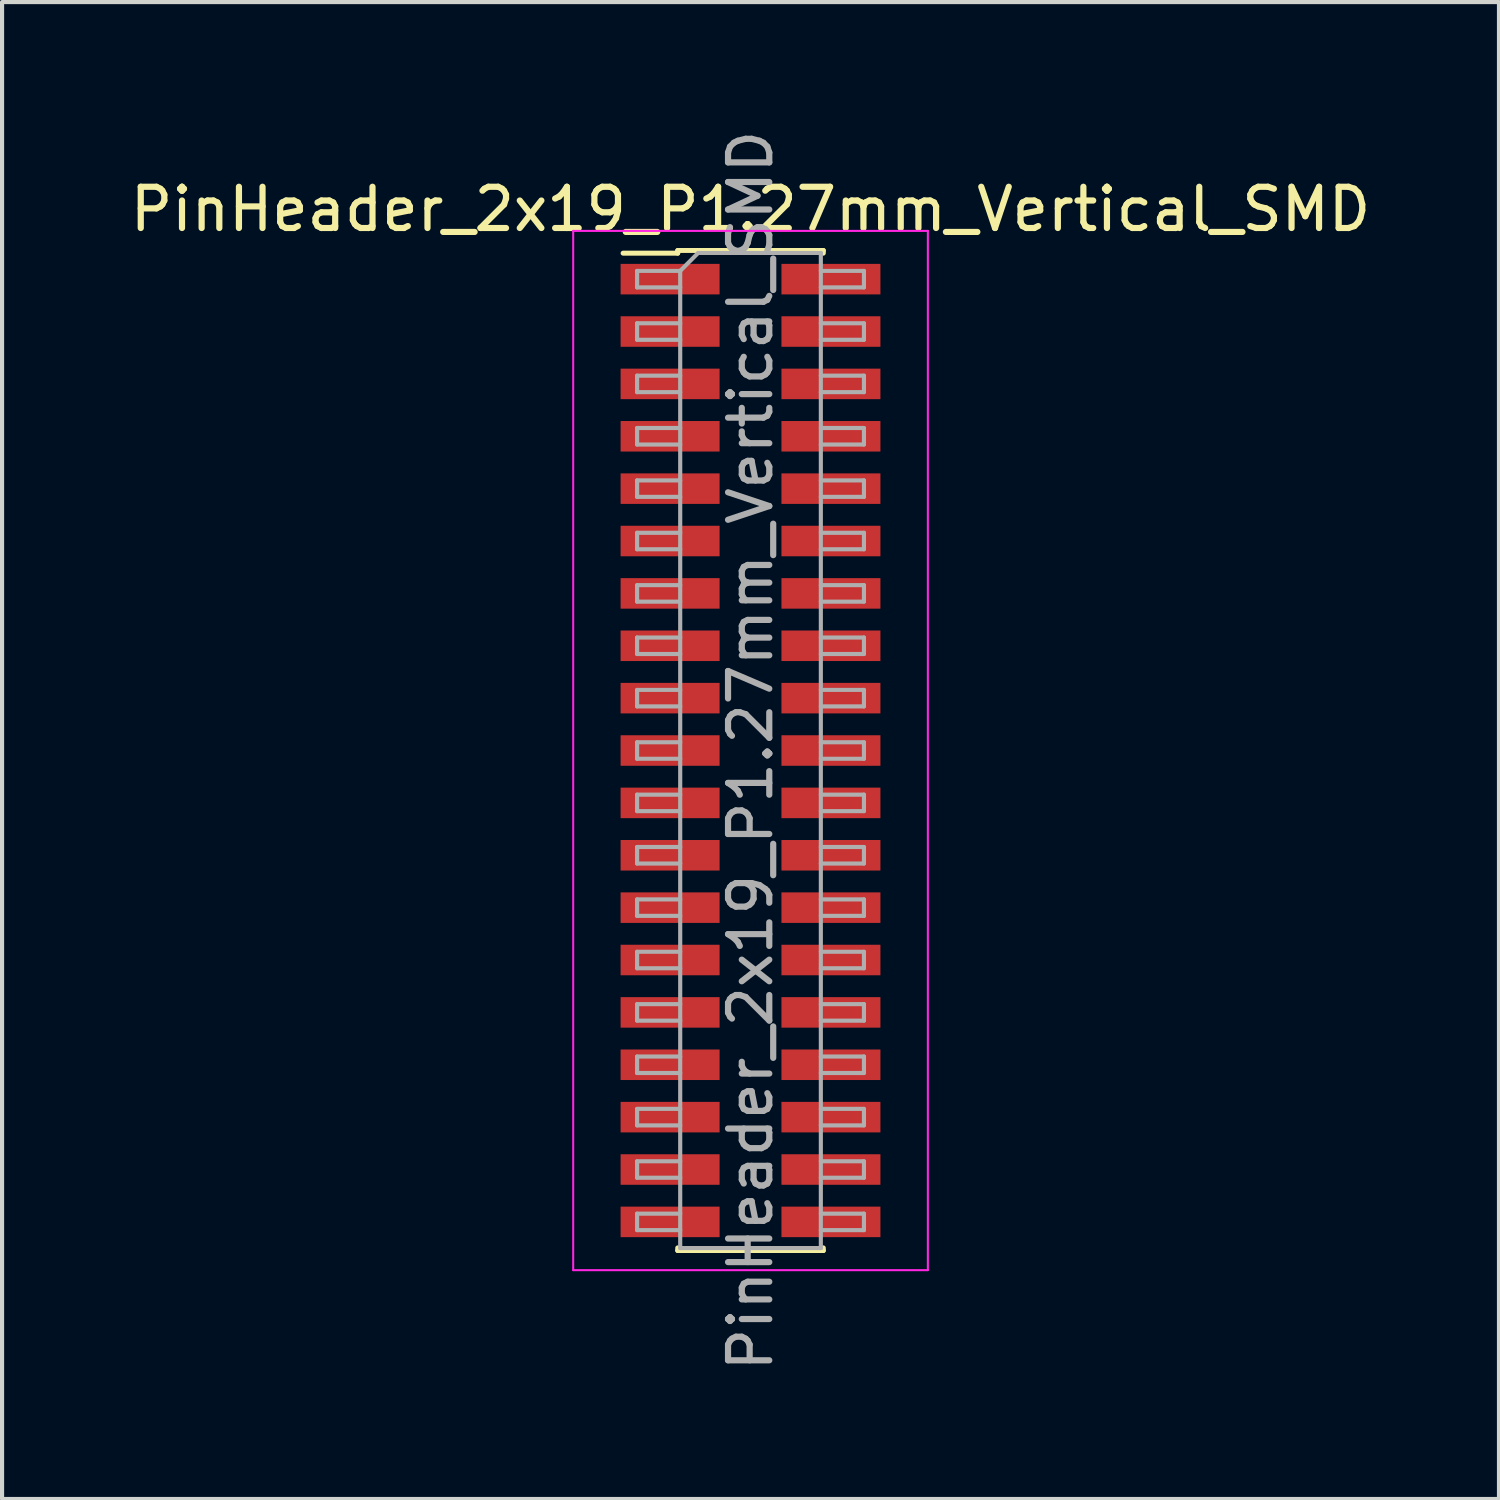
<source format=kicad_pcb>
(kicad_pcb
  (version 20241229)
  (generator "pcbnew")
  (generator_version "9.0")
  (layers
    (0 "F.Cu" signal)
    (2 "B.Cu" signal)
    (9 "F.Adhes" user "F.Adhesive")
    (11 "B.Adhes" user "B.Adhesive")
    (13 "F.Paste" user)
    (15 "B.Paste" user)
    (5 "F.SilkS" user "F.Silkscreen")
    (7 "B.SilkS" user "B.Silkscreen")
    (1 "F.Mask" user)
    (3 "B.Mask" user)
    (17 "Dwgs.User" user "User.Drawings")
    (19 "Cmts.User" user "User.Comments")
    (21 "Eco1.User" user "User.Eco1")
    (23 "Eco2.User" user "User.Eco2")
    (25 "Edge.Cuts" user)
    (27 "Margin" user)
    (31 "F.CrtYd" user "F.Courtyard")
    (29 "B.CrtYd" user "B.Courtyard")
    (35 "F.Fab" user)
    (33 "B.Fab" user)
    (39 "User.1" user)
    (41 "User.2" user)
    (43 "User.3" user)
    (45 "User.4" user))
  (footprint "PinHeader_2x19_P1.27mm_Vertical_SMD"
    (layer "F.Cu")
    (at 15.149 15.149)
    (property "Reference" "PinHeader_2x19_P1.27mm_Vertical_SMD" (at 0 -13.125 0) (layer "F.SilkS") (effects (font (size 1 1) (thickness 0.15))))
    (attr smd)
    (fp_line (start -3.09 -12.06) (end -1.765 -12.06) (stroke (width 0.12) (type solid)) (layer "F.SilkS"))
    (fp_line (start -1.765 -12.125) (end -1.765 -12.06) (stroke (width 0.12) (type solid)) (layer "F.SilkS"))
    (fp_line (start -1.765 -12.125) (end 1.765 -12.125) (stroke (width 0.12) (type solid)) (layer "F.SilkS"))
    (fp_line (start -1.765 12.06) (end -1.765 12.125) (stroke (width 0.12) (type solid)) (layer "F.SilkS"))
    (fp_line (start -1.765 12.125) (end 1.765 12.125) (stroke (width 0.12) (type solid)) (layer "F.SilkS"))
    (fp_line (start 1.765 -12.125) (end 1.765 -12.06) (stroke (width 0.12) (type solid)) (layer "F.SilkS"))
    (fp_line (start 1.765 12.06) (end 1.765 12.125) (stroke (width 0.12) (type solid)) (layer "F.SilkS"))
    (fp_line (start -4.3 -12.6) (end -4.3 12.6) (stroke (width 0.05) (type solid)) (layer "F.CrtYd"))
    (fp_line (start -4.3 12.6) (end 4.3 12.6) (stroke (width 0.05) (type solid)) (layer "F.CrtYd"))
    (fp_line (start 4.3 -12.6) (end -4.3 -12.6) (stroke (width 0.05) (type solid)) (layer "F.CrtYd"))
    (fp_line (start 4.3 12.6) (end 4.3 -12.6) (stroke (width 0.05) (type solid)) (layer "F.CrtYd"))
    (fp_line (start -2.75 -11.63) (end -2.75 -11.23) (stroke (width 0.1) (type solid)) (layer "F.Fab"))
    (fp_line (start -2.75 -11.23) (end -1.705 -11.23) (stroke (width 0.1) (type solid)) (layer "F.Fab"))
    (fp_line (start -2.75 -10.36) (end -2.75 -9.96) (stroke (width 0.1) (type solid)) (layer "F.Fab"))
    (fp_line (start -2.75 -9.96) (end -1.705 -9.96) (stroke (width 0.1) (type solid)) (layer "F.Fab"))
    (fp_line (start -2.75 -9.09) (end -2.75 -8.69) (stroke (width 0.1) (type solid)) (layer "F.Fab"))
    (fp_line (start -2.75 -8.69) (end -1.705 -8.69) (stroke (width 0.1) (type solid)) (layer "F.Fab"))
    (fp_line (start -2.75 -7.82) (end -2.75 -7.42) (stroke (width 0.1) (type solid)) (layer "F.Fab"))
    (fp_line (start -2.75 -7.42) (end -1.705 -7.42) (stroke (width 0.1) (type solid)) (layer "F.Fab"))
    (fp_line (start -2.75 -6.55) (end -2.75 -6.15) (stroke (width 0.1) (type solid)) (layer "F.Fab"))
    (fp_line (start -2.75 -6.15) (end -1.705 -6.15) (stroke (width 0.1) (type solid)) (layer "F.Fab"))
    (fp_line (start -2.75 -5.28) (end -2.75 -4.88) (stroke (width 0.1) (type solid)) (layer "F.Fab"))
    (fp_line (start -2.75 -4.88) (end -1.705 -4.88) (stroke (width 0.1) (type solid)) (layer "F.Fab"))
    (fp_line (start -2.75 -4.01) (end -2.75 -3.61) (stroke (width 0.1) (type solid)) (layer "F.Fab"))
    (fp_line (start -2.75 -3.61) (end -1.705 -3.61) (stroke (width 0.1) (type solid)) (layer "F.Fab"))
    (fp_line (start -2.75 -2.74) (end -2.75 -2.34) (stroke (width 0.1) (type solid)) (layer "F.Fab"))
    (fp_line (start -2.75 -2.34) (end -1.705 -2.34) (stroke (width 0.1) (type solid)) (layer "F.Fab"))
    (fp_line (start -2.75 -1.47) (end -2.75 -1.07) (stroke (width 0.1) (type solid)) (layer "F.Fab"))
    (fp_line (start -2.75 -1.07) (end -1.705 -1.07) (stroke (width 0.1) (type solid)) (layer "F.Fab"))
    (fp_line (start -2.75 -0.2) (end -2.75 0.2) (stroke (width 0.1) (type solid)) (layer "F.Fab"))
    (fp_line (start -2.75 0.2) (end -1.705 0.2) (stroke (width 0.1) (type solid)) (layer "F.Fab"))
    (fp_line (start -2.75 1.07) (end -2.75 1.47) (stroke (width 0.1) (type solid)) (layer "F.Fab"))
    (fp_line (start -2.75 1.47) (end -1.705 1.47) (stroke (width 0.1) (type solid)) (layer "F.Fab"))
    (fp_line (start -2.75 2.34) (end -2.75 2.74) (stroke (width 0.1) (type solid)) (layer "F.Fab"))
    (fp_line (start -2.75 2.74) (end -1.705 2.74) (stroke (width 0.1) (type solid)) (layer "F.Fab"))
    (fp_line (start -2.75 3.61) (end -2.75 4.01) (stroke (width 0.1) (type solid)) (layer "F.Fab"))
    (fp_line (start -2.75 4.01) (end -1.705 4.01) (stroke (width 0.1) (type solid)) (layer "F.Fab"))
    (fp_line (start -2.75 4.88) (end -2.75 5.28) (stroke (width 0.1) (type solid)) (layer "F.Fab"))
    (fp_line (start -2.75 5.28) (end -1.705 5.28) (stroke (width 0.1) (type solid)) (layer "F.Fab"))
    (fp_line (start -2.75 6.15) (end -2.75 6.55) (stroke (width 0.1) (type solid)) (layer "F.Fab"))
    (fp_line (start -2.75 6.55) (end -1.705 6.55) (stroke (width 0.1) (type solid)) (layer "F.Fab"))
    (fp_line (start -2.75 7.42) (end -2.75 7.82) (stroke (width 0.1) (type solid)) (layer "F.Fab"))
    (fp_line (start -2.75 7.82) (end -1.705 7.82) (stroke (width 0.1) (type solid)) (layer "F.Fab"))
    (fp_line (start -2.75 8.69) (end -2.75 9.09) (stroke (width 0.1) (type solid)) (layer "F.Fab"))
    (fp_line (start -2.75 9.09) (end -1.705 9.09) (stroke (width 0.1) (type solid)) (layer "F.Fab"))
    (fp_line (start -2.75 9.96) (end -2.75 10.36) (stroke (width 0.1) (type solid)) (layer "F.Fab"))
    (fp_line (start -2.75 10.36) (end -1.705 10.36) (stroke (width 0.1) (type solid)) (layer "F.Fab"))
    (fp_line (start -2.75 11.23) (end -2.75 11.63) (stroke (width 0.1) (type solid)) (layer "F.Fab"))
    (fp_line (start -2.75 11.63) (end -1.705 11.63) (stroke (width 0.1) (type solid)) (layer "F.Fab"))
    (fp_line (start -1.705 -11.63) (end -2.75 -11.63) (stroke (width 0.1) (type solid)) (layer "F.Fab"))
    (fp_line (start -1.705 -11.63) (end -1.27 -12.065) (stroke (width 0.1) (type solid)) (layer "F.Fab"))
    (fp_line (start -1.705 -10.36) (end -2.75 -10.36) (stroke (width 0.1) (type solid)) (layer "F.Fab"))
    (fp_line (start -1.705 -9.09) (end -2.75 -9.09) (stroke (width 0.1) (type solid)) (layer "F.Fab"))
    (fp_line (start -1.705 -7.82) (end -2.75 -7.82) (stroke (width 0.1) (type solid)) (layer "F.Fab"))
    (fp_line (start -1.705 -6.55) (end -2.75 -6.55) (stroke (width 0.1) (type solid)) (layer "F.Fab"))
    (fp_line (start -1.705 -5.28) (end -2.75 -5.28) (stroke (width 0.1) (type solid)) (layer "F.Fab"))
    (fp_line (start -1.705 -4.01) (end -2.75 -4.01) (stroke (width 0.1) (type solid)) (layer "F.Fab"))
    (fp_line (start -1.705 -2.74) (end -2.75 -2.74) (stroke (width 0.1) (type solid)) (layer "F.Fab"))
    (fp_line (start -1.705 -1.47) (end -2.75 -1.47) (stroke (width 0.1) (type solid)) (layer "F.Fab"))
    (fp_line (start -1.705 -0.2) (end -2.75 -0.2) (stroke (width 0.1) (type solid)) (layer "F.Fab"))
    (fp_line (start -1.705 1.07) (end -2.75 1.07) (stroke (width 0.1) (type solid)) (layer "F.Fab"))
    (fp_line (start -1.705 2.34) (end -2.75 2.34) (stroke (width 0.1) (type solid)) (layer "F.Fab"))
    (fp_line (start -1.705 3.61) (end -2.75 3.61) (stroke (width 0.1) (type solid)) (layer "F.Fab"))
    (fp_line (start -1.705 4.88) (end -2.75 4.88) (stroke (width 0.1) (type solid)) (layer "F.Fab"))
    (fp_line (start -1.705 6.15) (end -2.75 6.15) (stroke (width 0.1) (type solid)) (layer "F.Fab"))
    (fp_line (start -1.705 7.42) (end -2.75 7.42) (stroke (width 0.1) (type solid)) (layer "F.Fab"))
    (fp_line (start -1.705 8.69) (end -2.75 8.69) (stroke (width 0.1) (type solid)) (layer "F.Fab"))
    (fp_line (start -1.705 9.96) (end -2.75 9.96) (stroke (width 0.1) (type solid)) (layer "F.Fab"))
    (fp_line (start -1.705 11.23) (end -2.75 11.23) (stroke (width 0.1) (type solid)) (layer "F.Fab"))
    (fp_line (start -1.705 12.065) (end -1.705 -11.63) (stroke (width 0.1) (type solid)) (layer "F.Fab"))
    (fp_line (start -1.27 -12.065) (end 1.705 -12.065) (stroke (width 0.1) (type solid)) (layer "F.Fab"))
    (fp_line (start 1.705 -12.065) (end 1.705 12.065) (stroke (width 0.1) (type solid)) (layer "F.Fab"))
    (fp_line (start 1.705 -11.63) (end 2.75 -11.63) (stroke (width 0.1) (type solid)) (layer "F.Fab"))
    (fp_line (start 1.705 -10.36) (end 2.75 -10.36) (stroke (width 0.1) (type solid)) (layer "F.Fab"))
    (fp_line (start 1.705 -9.09) (end 2.75 -9.09) (stroke (width 0.1) (type solid)) (layer "F.Fab"))
    (fp_line (start 1.705 -7.82) (end 2.75 -7.82) (stroke (width 0.1) (type solid)) (layer "F.Fab"))
    (fp_line (start 1.705 -6.55) (end 2.75 -6.55) (stroke (width 0.1) (type solid)) (layer "F.Fab"))
    (fp_line (start 1.705 -5.28) (end 2.75 -5.28) (stroke (width 0.1) (type solid)) (layer "F.Fab"))
    (fp_line (start 1.705 -4.01) (end 2.75 -4.01) (stroke (width 0.1) (type solid)) (layer "F.Fab"))
    (fp_line (start 1.705 -2.74) (end 2.75 -2.74) (stroke (width 0.1) (type solid)) (layer "F.Fab"))
    (fp_line (start 1.705 -1.47) (end 2.75 -1.47) (stroke (width 0.1) (type solid)) (layer "F.Fab"))
    (fp_line (start 1.705 -0.2) (end 2.75 -0.2) (stroke (width 0.1) (type solid)) (layer "F.Fab"))
    (fp_line (start 1.705 1.07) (end 2.75 1.07) (stroke (width 0.1) (type solid)) (layer "F.Fab"))
    (fp_line (start 1.705 2.34) (end 2.75 2.34) (stroke (width 0.1) (type solid)) (layer "F.Fab"))
    (fp_line (start 1.705 3.61) (end 2.75 3.61) (stroke (width 0.1) (type solid)) (layer "F.Fab"))
    (fp_line (start 1.705 4.88) (end 2.75 4.88) (stroke (width 0.1) (type solid)) (layer "F.Fab"))
    (fp_line (start 1.705 6.15) (end 2.75 6.15) (stroke (width 0.1) (type solid)) (layer "F.Fab"))
    (fp_line (start 1.705 7.42) (end 2.75 7.42) (stroke (width 0.1) (type solid)) (layer "F.Fab"))
    (fp_line (start 1.705 8.69) (end 2.75 8.69) (stroke (width 0.1) (type solid)) (layer "F.Fab"))
    (fp_line (start 1.705 9.96) (end 2.75 9.96) (stroke (width 0.1) (type solid)) (layer "F.Fab"))
    (fp_line (start 1.705 11.23) (end 2.75 11.23) (stroke (width 0.1) (type solid)) (layer "F.Fab"))
    (fp_line (start 1.705 12.065) (end -1.705 12.065) (stroke (width 0.1) (type solid)) (layer "F.Fab"))
    (fp_line (start 2.75 -11.63) (end 2.75 -11.23) (stroke (width 0.1) (type solid)) (layer "F.Fab"))
    (fp_line (start 2.75 -11.23) (end 1.705 -11.23) (stroke (width 0.1) (type solid)) (layer "F.Fab"))
    (fp_line (start 2.75 -10.36) (end 2.75 -9.96) (stroke (width 0.1) (type solid)) (layer "F.Fab"))
    (fp_line (start 2.75 -9.96) (end 1.705 -9.96) (stroke (width 0.1) (type solid)) (layer "F.Fab"))
    (fp_line (start 2.75 -9.09) (end 2.75 -8.69) (stroke (width 0.1) (type solid)) (layer "F.Fab"))
    (fp_line (start 2.75 -8.69) (end 1.705 -8.69) (stroke (width 0.1) (type solid)) (layer "F.Fab"))
    (fp_line (start 2.75 -7.82) (end 2.75 -7.42) (stroke (width 0.1) (type solid)) (layer "F.Fab"))
    (fp_line (start 2.75 -7.42) (end 1.705 -7.42) (stroke (width 0.1) (type solid)) (layer "F.Fab"))
    (fp_line (start 2.75 -6.55) (end 2.75 -6.15) (stroke (width 0.1) (type solid)) (layer "F.Fab"))
    (fp_line (start 2.75 -6.15) (end 1.705 -6.15) (stroke (width 0.1) (type solid)) (layer "F.Fab"))
    (fp_line (start 2.75 -5.28) (end 2.75 -4.88) (stroke (width 0.1) (type solid)) (layer "F.Fab"))
    (fp_line (start 2.75 -4.88) (end 1.705 -4.88) (stroke (width 0.1) (type solid)) (layer "F.Fab"))
    (fp_line (start 2.75 -4.01) (end 2.75 -3.61) (stroke (width 0.1) (type solid)) (layer "F.Fab"))
    (fp_line (start 2.75 -3.61) (end 1.705 -3.61) (stroke (width 0.1) (type solid)) (layer "F.Fab"))
    (fp_line (start 2.75 -2.74) (end 2.75 -2.34) (stroke (width 0.1) (type solid)) (layer "F.Fab"))
    (fp_line (start 2.75 -2.34) (end 1.705 -2.34) (stroke (width 0.1) (type solid)) (layer "F.Fab"))
    (fp_line (start 2.75 -1.47) (end 2.75 -1.07) (stroke (width 0.1) (type solid)) (layer "F.Fab"))
    (fp_line (start 2.75 -1.07) (end 1.705 -1.07) (stroke (width 0.1) (type solid)) (layer "F.Fab"))
    (fp_line (start 2.75 -0.2) (end 2.75 0.2) (stroke (width 0.1) (type solid)) (layer "F.Fab"))
    (fp_line (start 2.75 0.2) (end 1.705 0.2) (stroke (width 0.1) (type solid)) (layer "F.Fab"))
    (fp_line (start 2.75 1.07) (end 2.75 1.47) (stroke (width 0.1) (type solid)) (layer "F.Fab"))
    (fp_line (start 2.75 1.47) (end 1.705 1.47) (stroke (width 0.1) (type solid)) (layer "F.Fab"))
    (fp_line (start 2.75 2.34) (end 2.75 2.74) (stroke (width 0.1) (type solid)) (layer "F.Fab"))
    (fp_line (start 2.75 2.74) (end 1.705 2.74) (stroke (width 0.1) (type solid)) (layer "F.Fab"))
    (fp_line (start 2.75 3.61) (end 2.75 4.01) (stroke (width 0.1) (type solid)) (layer "F.Fab"))
    (fp_line (start 2.75 4.01) (end 1.705 4.01) (stroke (width 0.1) (type solid)) (layer "F.Fab"))
    (fp_line (start 2.75 4.88) (end 2.75 5.28) (stroke (width 0.1) (type solid)) (layer "F.Fab"))
    (fp_line (start 2.75 5.28) (end 1.705 5.28) (stroke (width 0.1) (type solid)) (layer "F.Fab"))
    (fp_line (start 2.75 6.15) (end 2.75 6.55) (stroke (width 0.1) (type solid)) (layer "F.Fab"))
    (fp_line (start 2.75 6.55) (end 1.705 6.55) (stroke (width 0.1) (type solid)) (layer "F.Fab"))
    (fp_line (start 2.75 7.42) (end 2.75 7.82) (stroke (width 0.1) (type solid)) (layer "F.Fab"))
    (fp_line (start 2.75 7.82) (end 1.705 7.82) (stroke (width 0.1) (type solid)) (layer "F.Fab"))
    (fp_line (start 2.75 8.69) (end 2.75 9.09) (stroke (width 0.1) (type solid)) (layer "F.Fab"))
    (fp_line (start 2.75 9.09) (end 1.705 9.09) (stroke (width 0.1) (type solid)) (layer "F.Fab"))
    (fp_line (start 2.75 9.96) (end 2.75 10.36) (stroke (width 0.1) (type solid)) (layer "F.Fab"))
    (fp_line (start 2.75 10.36) (end 1.705 10.36) (stroke (width 0.1) (type solid)) (layer "F.Fab"))
    (fp_line (start 2.75 11.23) (end 2.75 11.63) (stroke (width 0.1) (type solid)) (layer "F.Fab"))
    (fp_line (start 2.75 11.63) (end 1.705 11.63) (stroke (width 0.1) (type solid)) (layer "F.Fab"))
    (fp_text user "${REFERENCE}" (at 0 0 90) (layer "F.Fab") (effects (font (size 1 1) (thickness 0.15))))
    (pad "1" smd rect (at -1.95 -11.43) (size 2.4 0.74) (layers "F.Cu" "F.Mask" "F.Paste"))
    (pad "2" smd rect (at 1.95 -11.43) (size 2.4 0.74) (layers "F.Cu" "F.Mask" "F.Paste"))
    (pad "3" smd rect (at -1.95 -10.16) (size 2.4 0.74) (layers "F.Cu" "F.Mask" "F.Paste"))
    (pad "4" smd rect (at 1.95 -10.16) (size 2.4 0.74) (layers "F.Cu" "F.Mask" "F.Paste"))
    (pad "5" smd rect (at -1.95 -8.89) (size 2.4 0.74) (layers "F.Cu" "F.Mask" "F.Paste"))
    (pad "6" smd rect (at 1.95 -8.89) (size 2.4 0.74) (layers "F.Cu" "F.Mask" "F.Paste"))
    (pad "7" smd rect (at -1.95 -7.62) (size 2.4 0.74) (layers "F.Cu" "F.Mask" "F.Paste"))
    (pad "8" smd rect (at 1.95 -7.62) (size 2.4 0.74) (layers "F.Cu" "F.Mask" "F.Paste"))
    (pad "9" smd rect (at -1.95 -6.35) (size 2.4 0.74) (layers "F.Cu" "F.Mask" "F.Paste"))
    (pad "10" smd rect (at 1.95 -6.35) (size 2.4 0.74) (layers "F.Cu" "F.Mask" "F.Paste"))
    (pad "11" smd rect (at -1.95 -5.08) (size 2.4 0.74) (layers "F.Cu" "F.Mask" "F.Paste"))
    (pad "12" smd rect (at 1.95 -5.08) (size 2.4 0.74) (layers "F.Cu" "F.Mask" "F.Paste"))
    (pad "13" smd rect (at -1.95 -3.81) (size 2.4 0.74) (layers "F.Cu" "F.Mask" "F.Paste"))
    (pad "14" smd rect (at 1.95 -3.81) (size 2.4 0.74) (layers "F.Cu" "F.Mask" "F.Paste"))
    (pad "15" smd rect (at -1.95 -2.54) (size 2.4 0.74) (layers "F.Cu" "F.Mask" "F.Paste"))
    (pad "16" smd rect (at 1.95 -2.54) (size 2.4 0.74) (layers "F.Cu" "F.Mask" "F.Paste"))
    (pad "17" smd rect (at -1.95 -1.27) (size 2.4 0.74) (layers "F.Cu" "F.Mask" "F.Paste"))
    (pad "18" smd rect (at 1.95 -1.27) (size 2.4 0.74) (layers "F.Cu" "F.Mask" "F.Paste"))
    (pad "19" smd rect (at -1.95 0) (size 2.4 0.74) (layers "F.Cu" "F.Mask" "F.Paste"))
    (pad "20" smd rect (at 1.95 0) (size 2.4 0.74) (layers "F.Cu" "F.Mask" "F.Paste"))
    (pad "21" smd rect (at -1.95 1.27) (size 2.4 0.74) (layers "F.Cu" "F.Mask" "F.Paste"))
    (pad "22" smd rect (at 1.95 1.27) (size 2.4 0.74) (layers "F.Cu" "F.Mask" "F.Paste"))
    (pad "23" smd rect (at -1.95 2.54) (size 2.4 0.74) (layers "F.Cu" "F.Mask" "F.Paste"))
    (pad "24" smd rect (at 1.95 2.54) (size 2.4 0.74) (layers "F.Cu" "F.Mask" "F.Paste"))
    (pad "25" smd rect (at -1.95 3.81) (size 2.4 0.74) (layers "F.Cu" "F.Mask" "F.Paste"))
    (pad "26" smd rect (at 1.95 3.81) (size 2.4 0.74) (layers "F.Cu" "F.Mask" "F.Paste"))
    (pad "27" smd rect (at -1.95 5.08) (size 2.4 0.74) (layers "F.Cu" "F.Mask" "F.Paste"))
    (pad "28" smd rect (at 1.95 5.08) (size 2.4 0.74) (layers "F.Cu" "F.Mask" "F.Paste"))
    (pad "29" smd rect (at -1.95 6.35) (size 2.4 0.74) (layers "F.Cu" "F.Mask" "F.Paste"))
    (pad "30" smd rect (at 1.95 6.35) (size 2.4 0.74) (layers "F.Cu" "F.Mask" "F.Paste"))
    (pad "31" smd rect (at -1.95 7.62) (size 2.4 0.74) (layers "F.Cu" "F.Mask" "F.Paste"))
    (pad "32" smd rect (at 1.95 7.62) (size 2.4 0.74) (layers "F.Cu" "F.Mask" "F.Paste"))
    (pad "33" smd rect (at -1.95 8.89) (size 2.4 0.74) (layers "F.Cu" "F.Mask" "F.Paste"))
    (pad "34" smd rect (at 1.95 8.89) (size 2.4 0.74) (layers "F.Cu" "F.Mask" "F.Paste"))
    (pad "35" smd rect (at -1.95 10.16) (size 2.4 0.74) (layers "F.Cu" "F.Mask" "F.Paste"))
    (pad "36" smd rect (at 1.95 10.16) (size 2.4 0.74) (layers "F.Cu" "F.Mask" "F.Paste"))
    (pad "37" smd rect (at -1.95 11.43) (size 2.4 0.74) (layers "F.Cu" "F.Mask" "F.Paste"))
    (pad "38" smd rect (at 1.95 11.43) (size 2.4 0.74) (layers "F.Cu" "F.Mask" "F.Paste")))
  (gr_rect
    (start -3 -3)
    (end 33.298 33.298)
    (stroke (width 0.1) (type default))
    (fill no)
    (layer "Edge.Cuts")))
</source>
